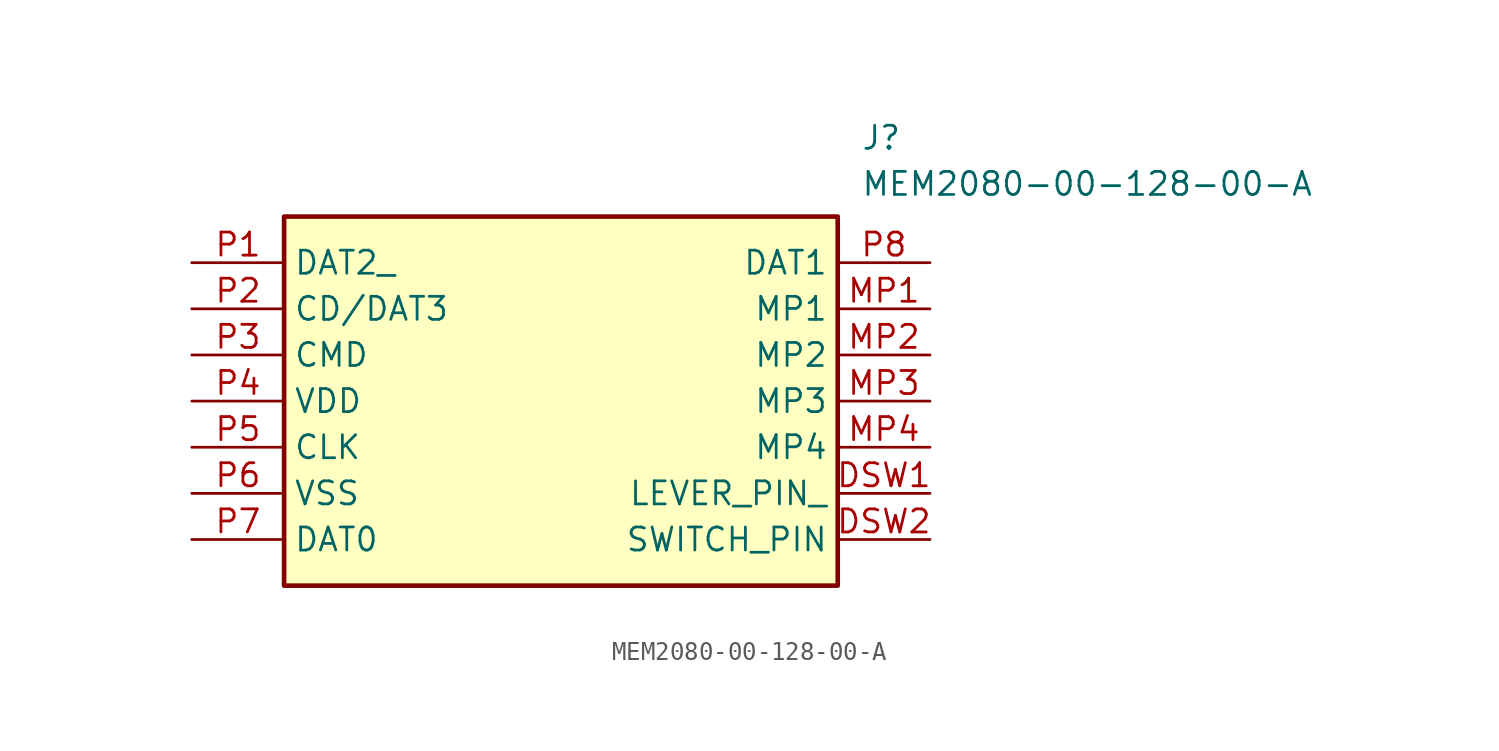
<source format=kicad_sym>
(kicad_symbol_lib
  (version 20220914)
  (generator SamacSys_ECAD_Model)
  (symbol "MEM2080-00-128-00-A"
    (property "Reference" "J"
      (at 36.83 7.62 0)
      (effects (font (size 1.27 1.27)) (justify left top)))
    (property "Value" "MEM2080-00-128-00-A"
      (at 36.83 5.08 0)
      (effects (font (size 1.27 1.27)) (justify left top)))
    (rectangle
      (start 5.08 2.54)
      (end 35.56 -17.78)
      (stroke (width 0.254) (type default))
      (fill (type background)))
    (pin passive line
      (at 0 0 0)
      (length 5.08)
      (name "DAT2_" (effects (font (size 1.27 1.27))))
      (number "P1" (effects (font (size 1.27 1.27)))))
    (pin passive line
      (at 0 -2.54 0)
      (length 5.08)
      (name "CD/DAT3" (effects (font (size 1.27 1.27))))
      (number "P2" (effects (font (size 1.27 1.27)))))
    (pin passive line
      (at 0 -5.08 0)
      (length 5.08)
      (name "CMD" (effects (font (size 1.27 1.27))))
      (number "P3" (effects (font (size 1.27 1.27)))))
    (pin passive line
      (at 0 -7.62 0)
      (length 5.08)
      (name "VDD" (effects (font (size 1.27 1.27))))
      (number "P4" (effects (font (size 1.27 1.27)))))
    (pin passive line
      (at 0 -10.16 0)
      (length 5.08)
      (name "CLK" (effects (font (size 1.27 1.27))))
      (number "P5" (effects (font (size 1.27 1.27)))))
    (pin passive line
      (at 0 -12.7 0)
      (length 5.08)
      (name "VSS" (effects (font (size 1.27 1.27))))
      (number "P6" (effects (font (size 1.27 1.27)))))
    (pin passive line
      (at 0 -15.24 0)
      (length 5.08)
      (name "DAT0" (effects (font (size 1.27 1.27))))
      (number "P7" (effects (font (size 1.27 1.27)))))
    (pin passive line
      (at 40.64 0 180)
      (length 5.08)
      (name "DAT1" (effects (font (size 1.27 1.27))))
      (number "P8" (effects (font (size 1.27 1.27)))))
    (pin passive line
      (at 40.64 -2.54 180)
      (length 5.08)
      (name "MP1" (effects (font (size 1.27 1.27))))
      (number "MP1" (effects (font (size 1.27 1.27)))))
    (pin passive line
      (at 40.64 -5.08 180)
      (length 5.08)
      (name "MP2" (effects (font (size 1.27 1.27))))
      (number "MP2" (effects (font (size 1.27 1.27)))))
    (pin passive line
      (at 40.64 -7.62 180)
      (length 5.08)
      (name "MP3" (effects (font (size 1.27 1.27))))
      (number "MP3" (effects (font (size 1.27 1.27)))))
    (pin passive line
      (at 40.64 -10.16 180)
      (length 5.08)
      (name "MP4" (effects (font (size 1.27 1.27))))
      (number "MP4" (effects (font (size 1.27 1.27)))))
    (pin passive line
      (at 40.64 -12.7 180)
      (length 5.08)
      (name "LEVER_PIN_" (effects (font (size 1.27 1.27))))
      (number "DSW1" (effects (font (size 1.27 1.27)))))
    (pin passive line
      (at 40.64 -15.24 180)
      (length 5.08)
      (name "SWITCH_PIN" (effects (font (size 1.27 1.27))))
      (number "DSW2" (effects (font (size 1.27 1.27)))))))
</source>
